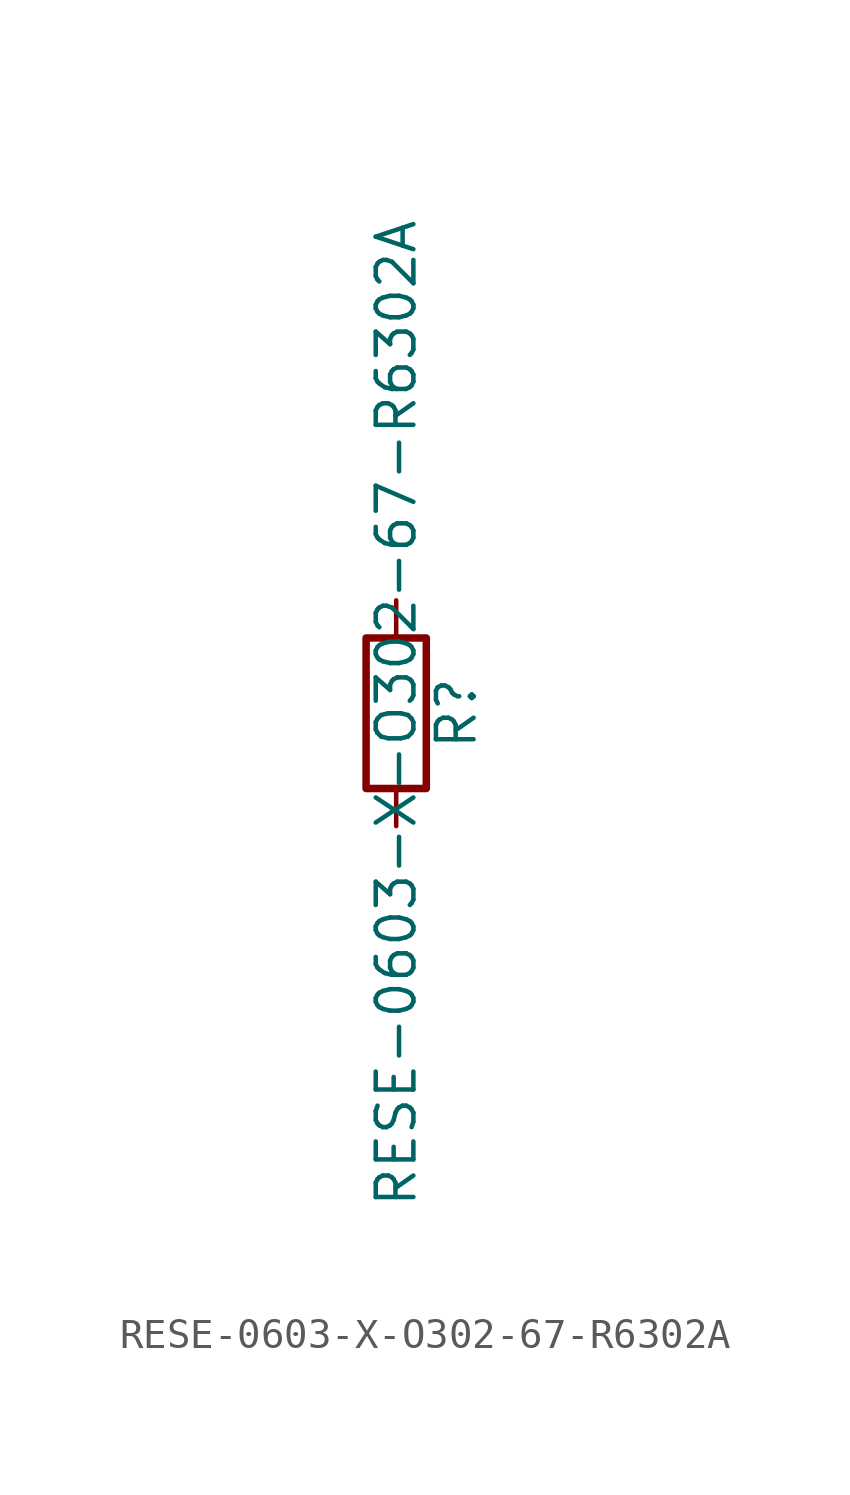
<source format=kicad_sym>
(kicad_symbol_lib
  (version 20211014)
  (generator kicad_symbol_editor)
  (symbol "RESE-0603-X-O302-67-R6302A"
    (pin_numbers hide)
    (pin_names
      (offset 0))
    (property "Reference" "R"
      (at 2.032 0 90)
      (effects (font (size 1.27 1.27))))
    (property "Value" "RESE-0603-X-O302-67-R6302A"
      (at 0 0 90)
      (effects (font (size 1.27 1.27))))
    (symbol "RESE-0603-X-O302-67-R6302A_0_1"
      (rectangle (start -1.016 -2.54) (end 1.016 2.54) (stroke (width 0.254) (type default) (color 0 0 0 0)) (fill (type none))))
    (symbol "RESE-0603-X-O302-67-R6302A_1_1"
      (pin passive line (at 0 3.81 270) (length 1.27) (name "~" (effects (font (size 1.27 1.27)))) (number "1" (effects (font (size 1.27 1.27)))))
      (pin passive line (at 0 -3.81 90) (length 1.27) (name "~" (effects (font (size 1.27 1.27)))) (number "2" (effects (font (size 1.27 1.27))))))))
</source>
